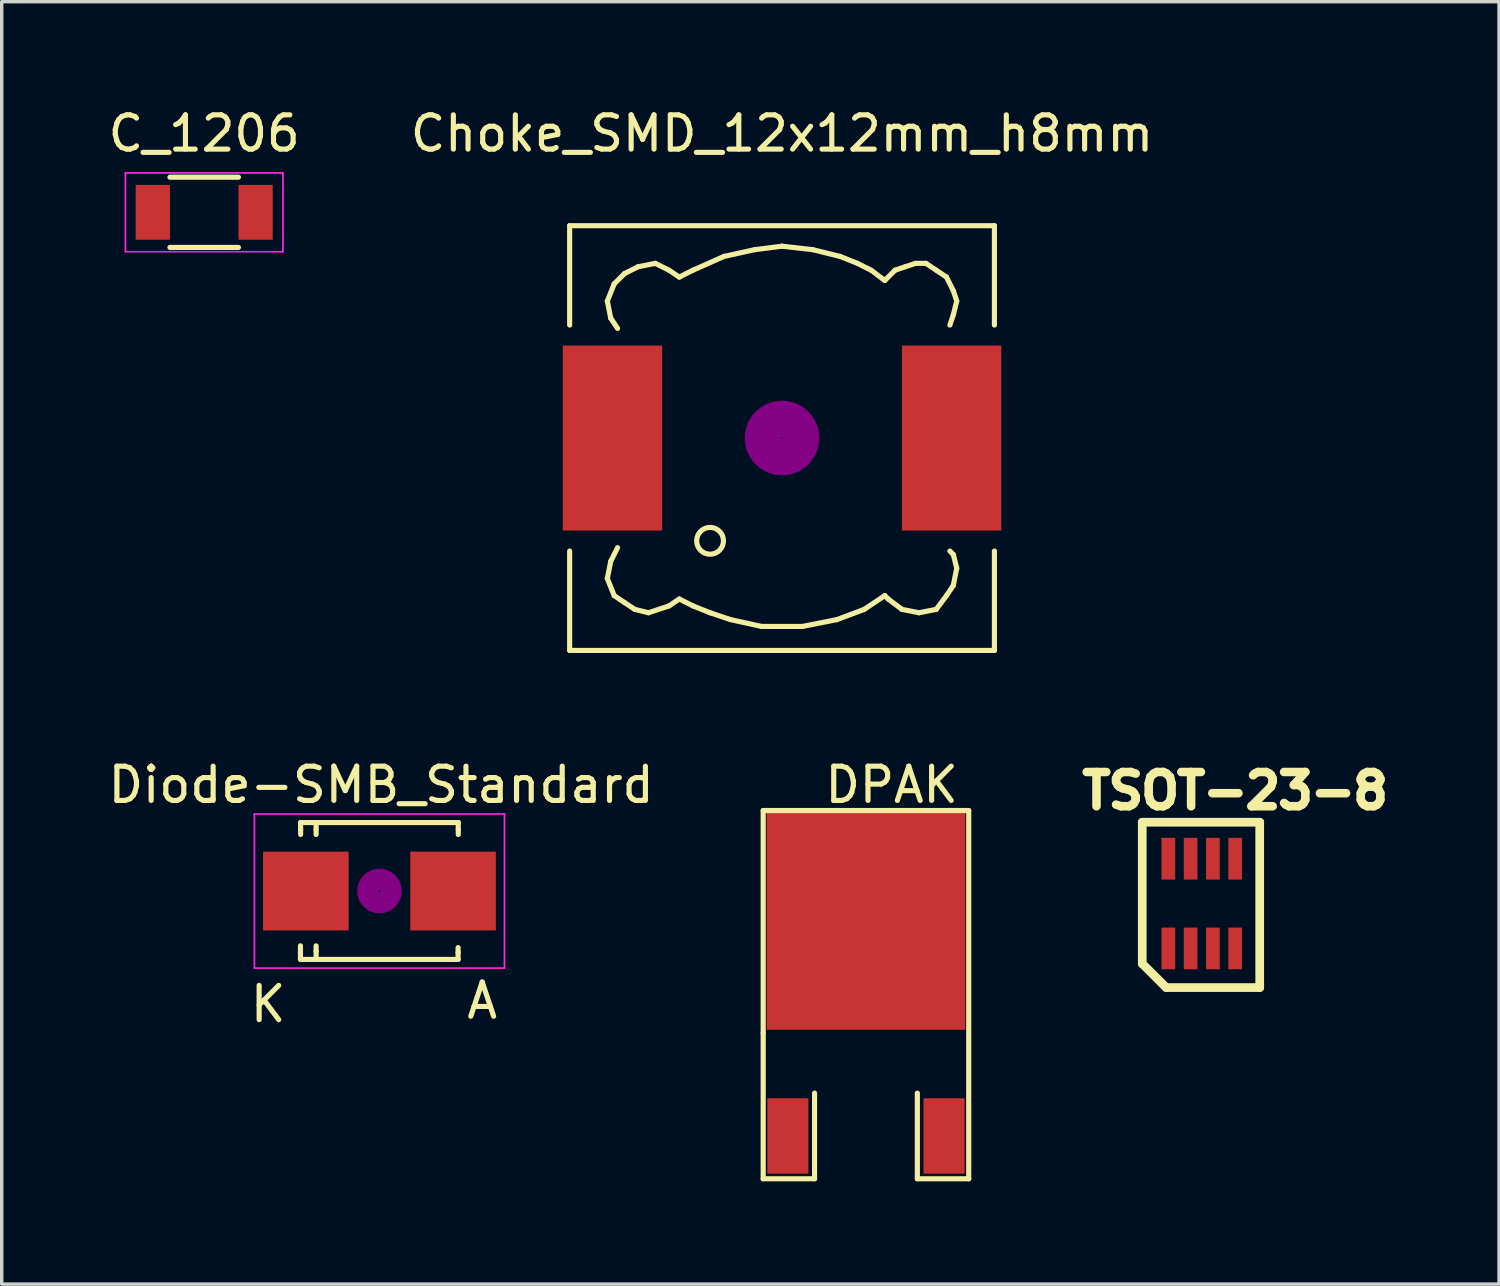
<source format=kicad_pcb>
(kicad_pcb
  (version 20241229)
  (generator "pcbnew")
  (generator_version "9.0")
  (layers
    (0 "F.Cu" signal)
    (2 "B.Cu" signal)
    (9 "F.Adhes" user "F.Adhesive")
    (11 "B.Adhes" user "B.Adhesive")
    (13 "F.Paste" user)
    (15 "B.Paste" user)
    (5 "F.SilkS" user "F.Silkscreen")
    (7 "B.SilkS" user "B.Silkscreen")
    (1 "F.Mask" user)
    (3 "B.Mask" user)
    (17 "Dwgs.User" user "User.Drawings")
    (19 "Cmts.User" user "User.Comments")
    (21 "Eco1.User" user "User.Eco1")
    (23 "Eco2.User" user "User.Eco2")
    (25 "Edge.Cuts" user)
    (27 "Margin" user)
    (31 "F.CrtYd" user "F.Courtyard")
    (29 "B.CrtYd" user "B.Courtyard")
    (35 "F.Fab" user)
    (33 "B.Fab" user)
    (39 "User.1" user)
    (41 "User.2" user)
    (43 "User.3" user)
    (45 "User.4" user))
  (footprint "DPAK"
    (layer "F.Cu")
    (at 22.23 26.112)
    (property "Reference" "DPAK" (at 0.75 -6.25 180) (layer "F.SilkS") (effects (font (size 1 1) (thickness 0.15))))
    (attr through_hole)
    (fp_line (start -3 -5.5) (end 3 -5.5) (stroke (width 0.15) (type solid)) (layer "F.SilkS"))
    (fp_line (start -3 1) (end -3 -5.5) (stroke (width 0.15) (type solid)) (layer "F.SilkS"))
    (fp_line (start -3 1) (end -3 5.25) (stroke (width 0.15) (type solid)) (layer "F.SilkS"))
    (fp_line (start -3 5.25) (end -1.5 5.25) (stroke (width 0.15) (type solid)) (layer "F.SilkS"))
    (fp_line (start -1.5 5.25) (end -1.5 2.75) (stroke (width 0.15) (type solid)) (layer "F.SilkS"))
    (fp_line (start 1.5 5.25) (end 1.5 2.75) (stroke (width 0.15) (type solid)) (layer "F.SilkS"))
    (fp_line (start 3 -5.5) (end 3 5.25) (stroke (width 0.15) (type solid)) (layer "F.SilkS"))
    (fp_line (start 3 5.25) (end 1.5 5.25) (stroke (width 0.15) (type solid)) (layer "F.SilkS"))
    (pad "1" smd rect (at -2.28 4) (size 1.2 2.2) (layers "F.Cu" "F.Mask" "F.Paste"))
    (pad "3" smd rect (at 2.28 4) (size 1.2 2.2) (layers "F.Cu" "F.Mask" "F.Paste"))
    (pad "4" smd rect (at 0 -2.3) (size 5.8 6.4) (layers "F.Cu" "F.Mask" "F.Paste")))
  (footprint "Diode-SMB_Standard"
    (layer "F.Cu")
    (at 8.027 22.962)
    (property "Reference" "Diode-SMB_Standard" (at 0.05 -3.1 0) (layer "F.SilkS") (effects (font (size 1 1) (thickness 0.15))))
    (attr smd)
    (fp_line (start -2.306 1.8) (end -2.306 1.6) (stroke (width 0.15) (type solid)) (layer "F.SilkS"))
    (fp_line (start -2.306 1.996) (end -2.306 1.798) (stroke (width 0.15) (type solid)) (layer "F.SilkS"))
    (fp_line (start -2.306 1.996) (end 2.296 1.996) (stroke (width 0.15) (type solid)) (layer "F.SilkS"))
    (fp_line (start -2.301 -1.999) (end -2.301 -1.801) (stroke (width 0.15) (type solid)) (layer "F.SilkS"))
    (fp_line (start -2.301 -1.999) (end 2.301 -1.999) (stroke (width 0.15) (type solid)) (layer "F.SilkS"))
    (fp_line (start -2.301 -1.8) (end -2.301 -1.651) (stroke (width 0.15) (type solid)) (layer "F.SilkS"))
    (fp_line (start -1.849 -1.999) (end -1.849 -1.801) (stroke (width 0.15) (type solid)) (layer "F.SilkS"))
    (fp_line (start -1.849 -1.8) (end -1.849 -1.651) (stroke (width 0.15) (type solid)) (layer "F.SilkS"))
    (fp_line (start -1.849 1.75) (end -1.849 1.601) (stroke (width 0.15) (type solid)) (layer "F.SilkS"))
    (fp_line (start -1.849 1.949) (end -1.849 1.751) (stroke (width 0.15) (type solid)) (layer "F.SilkS"))
    (fp_line (start 2.296 1.8) (end 2.296 1.651) (stroke (width 0.15) (type solid)) (layer "F.SilkS"))
    (fp_line (start 2.296 1.996) (end 2.296 1.798) (stroke (width 0.15) (type solid)) (layer "F.SilkS"))
    (fp_line (start 2.301 -1.999) (end 2.301 -1.801) (stroke (width 0.15) (type solid)) (layer "F.SilkS"))
    (fp_line (start 2.301 -1.8) (end 2.301 -1.651) (stroke (width 0.15) (type solid)) (layer "F.SilkS"))
    (fp_circle (center 0 0) (end 0.201 0.099) (stroke (width 0.381) (type solid)) (fill no) (layer "F.Adhes"))
    (fp_circle (center 0 0) (end 0.45 0.099) (stroke (width 0.381) (type solid)) (fill no) (layer "F.Adhes"))
    (fp_line (start -3.65 -2.25) (end 3.65 -2.25) (stroke (width 0.05) (type solid)) (layer "F.CrtYd"))
    (fp_line (start -3.65 2.25) (end -3.65 -2.25) (stroke (width 0.05) (type solid)) (layer "F.CrtYd"))
    (fp_line (start 3.65 -2.25) (end 3.65 2.25) (stroke (width 0.05) (type solid)) (layer "F.CrtYd"))
    (fp_line (start 3.65 2.25) (end -3.65 2.25) (stroke (width 0.05) (type solid)) (layer "F.CrtYd"))
    (fp_text user "K" (at -3.25 3.3 0) (layer "F.SilkS") (effects (font (size 1 1) (thickness 0.15))))
    (fp_text user "A" (at 3 3.2 0) (layer "F.SilkS") (effects (font (size 1 1) (thickness 0.15))))
    (pad "1" smd rect (at -2.149 0) (size 2.499 2.301) (layers "F.Cu" "F.Mask" "F.Paste"))
    (pad "2" smd rect (at 2.149 0) (size 2.499 2.301) (layers "F.Cu" "F.Mask" "F.Paste")))
  (footprint "C_1206"
    (layer "F.Cu")
    (at 2.911 3.148)
    (property "Reference" "C_1206" (at 0 -2.3 0) (layer "F.SilkS") (effects (font (size 1 1) (thickness 0.15))))
    (attr smd)
    (fp_line (start -1 1.025) (end 1 1.025) (stroke (width 0.15) (type solid)) (layer "F.SilkS"))
    (fp_line (start 1 -1.025) (end -1 -1.025) (stroke (width 0.15) (type solid)) (layer "F.SilkS"))
    (fp_line (start -2.3 -1.15) (end -2.3 1.15) (stroke (width 0.05) (type solid)) (layer "F.CrtYd"))
    (fp_line (start -2.3 -1.15) (end 2.3 -1.15) (stroke (width 0.05) (type solid)) (layer "F.CrtYd"))
    (fp_line (start -2.3 1.15) (end 2.3 1.15) (stroke (width 0.05) (type solid)) (layer "F.CrtYd"))
    (fp_line (start 2.3 -1.15) (end 2.3 1.15) (stroke (width 0.05) (type solid)) (layer "F.CrtYd"))
    (pad "1" smd rect (at -1.5 0) (size 1 1.6) (layers "F.Cu" "F.Mask" "F.Paste"))
    (pad "2" smd rect (at 1.5 0) (size 1 1.6) (layers "F.Cu" "F.Mask" "F.Paste")))
  (footprint "TSOT-23-8"
    (layer "F.Cu")
    (at 31.058 24.637)
    (property "Reference" "TSOT-23-8" (at 1.95 -4.6 0) (layer "F.SilkS") (effects (font (size 1 1) (thickness 0.25))))
    (attr smd)
    (fp_line (start -0.762 -3.683) (end -0.762 0.445) (stroke (width 0.254) (type solid)) (layer "F.SilkS"))
    (fp_line (start -0.762 0.445) (end -0.064 1.143) (stroke (width 0.254) (type solid)) (layer "F.SilkS"))
    (fp_line (start 2.667 -3.683) (end -0.762 -3.683) (stroke (width 0.254) (type solid)) (layer "F.SilkS"))
    (fp_line (start 2.667 1.143) (end -0.064 1.143) (stroke (width 0.254) (type solid)) (layer "F.SilkS"))
    (fp_line (start 2.667 1.143) (end 2.667 -3.683) (stroke (width 0.254) (type solid)) (layer "F.SilkS"))
    (pad "1" smd rect (at 0 0) (size 0.4 1.219) (layers "F.Cu" "F.Mask" "F.Paste"))
    (pad "2" smd rect (at 0.65 0) (size 0.4 1.219) (layers "F.Cu" "F.Mask" "F.Paste"))
    (pad "3" smd rect (at 1.3 0) (size 0.4 1.219) (layers "F.Cu" "F.Mask" "F.Paste"))
    (pad "4" smd rect (at 1.951 0) (size 0.4 1.219) (layers "F.Cu" "F.Mask" "F.Paste"))
    (pad "5" smd rect (at 1.951 -2.619) (size 0.4 1.219) (layers "F.Cu" "F.Mask" "F.Paste"))
    (pad "6" smd rect (at 1.3 -2.619) (size 0.4 1.219) (layers "F.Cu" "F.Mask" "F.Paste"))
    (pad "7" smd rect (at 0.65 -2.619) (size 0.4 1.219) (layers "F.Cu" "F.Mask" "F.Paste"))
    (pad "8" smd rect (at 0 -2.619) (size 0.4 1.219) (layers "F.Cu" "F.Mask" "F.Paste")))
  (footprint "Choke_SMD_12x12mm_h8mm"
    (layer "F.Cu")
    (at 19.78 9.738)
    (property "Reference" "Choke_SMD_12x12mm_h8mm" (at 0 -8.89 0) (layer "F.SilkS") (effects (font (size 1 1) (thickness 0.15))))
    (attr smd)
    (fp_line (start -6.2 -6.2) (end -6.2 -3.299) (stroke (width 0.15) (type solid)) (layer "F.SilkS"))
    (fp_line (start -6.2 3.299) (end -6.2 6.2) (stroke (width 0.15) (type solid)) (layer "F.SilkS"))
    (fp_line (start -6.2 6.2) (end 6.2 6.2) (stroke (width 0.15) (type solid)) (layer "F.SilkS"))
    (fp_line (start -5.1 -4) (end -5.001 -3.5) (stroke (width 0.15) (type solid)) (layer "F.SilkS"))
    (fp_line (start -5.1 4.1) (end -5.001 3.599) (stroke (width 0.15) (type solid)) (layer "F.SilkS"))
    (fp_line (start -5.001 -3.5) (end -4.801 -3.2) (stroke (width 0.15) (type solid)) (layer "F.SilkS"))
    (fp_line (start -5.001 3.599) (end -4.801 3.2) (stroke (width 0.15) (type solid)) (layer "F.SilkS"))
    (fp_line (start -4.9 -4.501) (end -5.1 -4) (stroke (width 0.15) (type solid)) (layer "F.SilkS"))
    (fp_line (start -4.9 4.6) (end -5.1 4.1) (stroke (width 0.15) (type solid)) (layer "F.SilkS"))
    (fp_line (start -4.6 -4.801) (end -4.9 -4.501) (stroke (width 0.15) (type solid)) (layer "F.SilkS"))
    (fp_line (start -4.6 4.801) (end -4.9 4.6) (stroke (width 0.15) (type solid)) (layer "F.SilkS"))
    (fp_line (start -4.3 5.001) (end -4.6 4.801) (stroke (width 0.15) (type solid)) (layer "F.SilkS"))
    (fp_line (start -4.201 -5.001) (end -4.6 -4.801) (stroke (width 0.15) (type solid)) (layer "F.SilkS"))
    (fp_line (start -3.899 5.1) (end -4.3 5.001) (stroke (width 0.15) (type solid)) (layer "F.SilkS"))
    (fp_line (start -3.701 -5.1) (end -4.201 -5.001) (stroke (width 0.15) (type solid)) (layer "F.SilkS"))
    (fp_line (start -3.299 -4.9) (end -3.701 -5.1) (stroke (width 0.15) (type solid)) (layer "F.SilkS"))
    (fp_line (start -3.299 4.9) (end -3.899 5.1) (stroke (width 0.15) (type solid)) (layer "F.SilkS"))
    (fp_line (start -3 -4.699) (end -3.299 -4.9) (stroke (width 0.15) (type solid)) (layer "F.SilkS"))
    (fp_line (start -3 4.699) (end -3.299 4.9) (stroke (width 0.15) (type solid)) (layer "F.SilkS"))
    (fp_line (start -2.601 -4.9) (end -3 -4.699) (stroke (width 0.15) (type solid)) (layer "F.SilkS"))
    (fp_line (start -2.601 4.9) (end -3 4.699) (stroke (width 0.15) (type solid)) (layer "F.SilkS"))
    (fp_line (start -2.101 5.1) (end -2.601 4.9) (stroke (width 0.15) (type solid)) (layer "F.SilkS"))
    (fp_line (start -1.699 -5.301) (end -2.601 -4.9) (stroke (width 0.15) (type solid)) (layer "F.SilkS"))
    (fp_line (start -1.501 5.301) (end -2.101 5.1) (stroke (width 0.15) (type solid)) (layer "F.SilkS"))
    (fp_line (start -0.8 -5.499) (end -1.699 -5.301) (stroke (width 0.15) (type solid)) (layer "F.SilkS"))
    (fp_line (start -0.599 5.499) (end -1.501 5.301) (stroke (width 0.15) (type solid)) (layer "F.SilkS"))
    (fp_line (start 0 -5.601) (end -0.8 -5.499) (stroke (width 0.15) (type solid)) (layer "F.SilkS"))
    (fp_line (start 0.599 5.499) (end -0.599 5.499) (stroke (width 0.15) (type solid)) (layer "F.SilkS"))
    (fp_line (start 0.899 -5.499) (end 0 -5.601) (stroke (width 0.15) (type solid)) (layer "F.SilkS"))
    (fp_line (start 1.6 5.301) (end 0.599 5.499) (stroke (width 0.15) (type solid)) (layer "F.SilkS"))
    (fp_line (start 1.699 -5.301) (end 0.899 -5.499) (stroke (width 0.15) (type solid)) (layer "F.SilkS"))
    (fp_line (start 2.2 -5.1) (end 1.699 -5.301) (stroke (width 0.15) (type solid)) (layer "F.SilkS"))
    (fp_line (start 2.4 5.001) (end 1.6 5.301) (stroke (width 0.15) (type solid)) (layer "F.SilkS"))
    (fp_line (start 2.601 -4.9) (end 2.2 -5.1) (stroke (width 0.15) (type solid)) (layer "F.SilkS"))
    (fp_line (start 3 -4.6) (end 2.601 -4.9) (stroke (width 0.15) (type solid)) (layer "F.SilkS"))
    (fp_line (start 3 4.6) (end 2.4 5.001) (stroke (width 0.15) (type solid)) (layer "F.SilkS"))
    (fp_line (start 3.099 4.699) (end 3 4.6) (stroke (width 0.15) (type solid)) (layer "F.SilkS"))
    (fp_line (start 3.299 -4.9) (end 3 -4.6) (stroke (width 0.15) (type solid)) (layer "F.SilkS"))
    (fp_line (start 3.5 5.001) (end 3.099 4.699) (stroke (width 0.15) (type solid)) (layer "F.SilkS"))
    (fp_line (start 3.599 -5.001) (end 3.299 -4.9) (stroke (width 0.15) (type solid)) (layer "F.SilkS"))
    (fp_line (start 3.899 -5.1) (end 3.599 -5.001) (stroke (width 0.15) (type solid)) (layer "F.SilkS"))
    (fp_line (start 4 5.1) (end 3.5 5.001) (stroke (width 0.15) (type solid)) (layer "F.SilkS"))
    (fp_line (start 4.201 -5.1) (end 3.899 -5.1) (stroke (width 0.15) (type solid)) (layer "F.SilkS"))
    (fp_line (start 4.501 -4.9) (end 4.201 -5.1) (stroke (width 0.15) (type solid)) (layer "F.SilkS"))
    (fp_line (start 4.501 5.001) (end 4 5.1) (stroke (width 0.15) (type solid)) (layer "F.SilkS"))
    (fp_line (start 4.801 -4.699) (end 4.501 -4.9) (stroke (width 0.15) (type solid)) (layer "F.SilkS"))
    (fp_line (start 4.801 4.6) (end 4.501 5.001) (stroke (width 0.15) (type solid)) (layer "F.SilkS"))
    (fp_line (start 4.9 -3.299) (end 5.001 -3.599) (stroke (width 0.15) (type solid)) (layer "F.SilkS"))
    (fp_line (start 4.9 3.299) (end 5.001 3.401) (stroke (width 0.15) (type solid)) (layer "F.SilkS"))
    (fp_line (start 5.001 -4.3) (end 4.801 -4.699) (stroke (width 0.15) (type solid)) (layer "F.SilkS"))
    (fp_line (start 5.001 -3.599) (end 5.1 -4) (stroke (width 0.15) (type solid)) (layer "F.SilkS"))
    (fp_line (start 5.001 3.401) (end 5.1 3.8) (stroke (width 0.15) (type solid)) (layer "F.SilkS"))
    (fp_line (start 5.001 4.3) (end 4.801 4.6) (stroke (width 0.15) (type solid)) (layer "F.SilkS"))
    (fp_line (start 5.1 -4) (end 5.001 -4.3) (stroke (width 0.15) (type solid)) (layer "F.SilkS"))
    (fp_line (start 5.1 3.8) (end 5.001 4.3) (stroke (width 0.15) (type solid)) (layer "F.SilkS"))
    (fp_line (start 6.2 -6.2) (end -6.2 -6.2) (stroke (width 0.15) (type solid)) (layer "F.SilkS"))
    (fp_line (start 6.2 -6.2) (end 6.2 -3.299) (stroke (width 0.15) (type solid)) (layer "F.SilkS"))
    (fp_line (start 6.2 6.2) (end 6.2 3.299) (stroke (width 0.15) (type solid)) (layer "F.SilkS"))
    (fp_circle (center -2.101 3) (end -1.801 3.251) (stroke (width 0.15) (type solid)) (fill no) (layer "F.SilkS"))
    (fp_circle (center 0 0) (end 0.15 0.15) (stroke (width 0.381) (type solid)) (fill no) (layer "F.Adhes"))
    (fp_circle (center 0 0) (end 0.551 0) (stroke (width 0.381) (type solid)) (fill no) (layer "F.Adhes"))
    (fp_circle (center 0 0) (end 0.899 0) (stroke (width 0.381) (type solid)) (fill no) (layer "F.Adhes"))
    (pad "1" smd rect (at -4.95 0) (size 2.901 5.4) (layers "F.Cu" "F.Mask" "F.Paste"))
    (pad "2" smd rect (at 4.95 0) (size 2.901 5.4) (layers "F.Cu" "F.Mask" "F.Paste")))
  (gr_rect
    (start -3 -3)
    (end 40.712 34.437)
    (stroke (width 0.1) (type default))
    (fill no)
    (layer "Edge.Cuts")))
</source>
